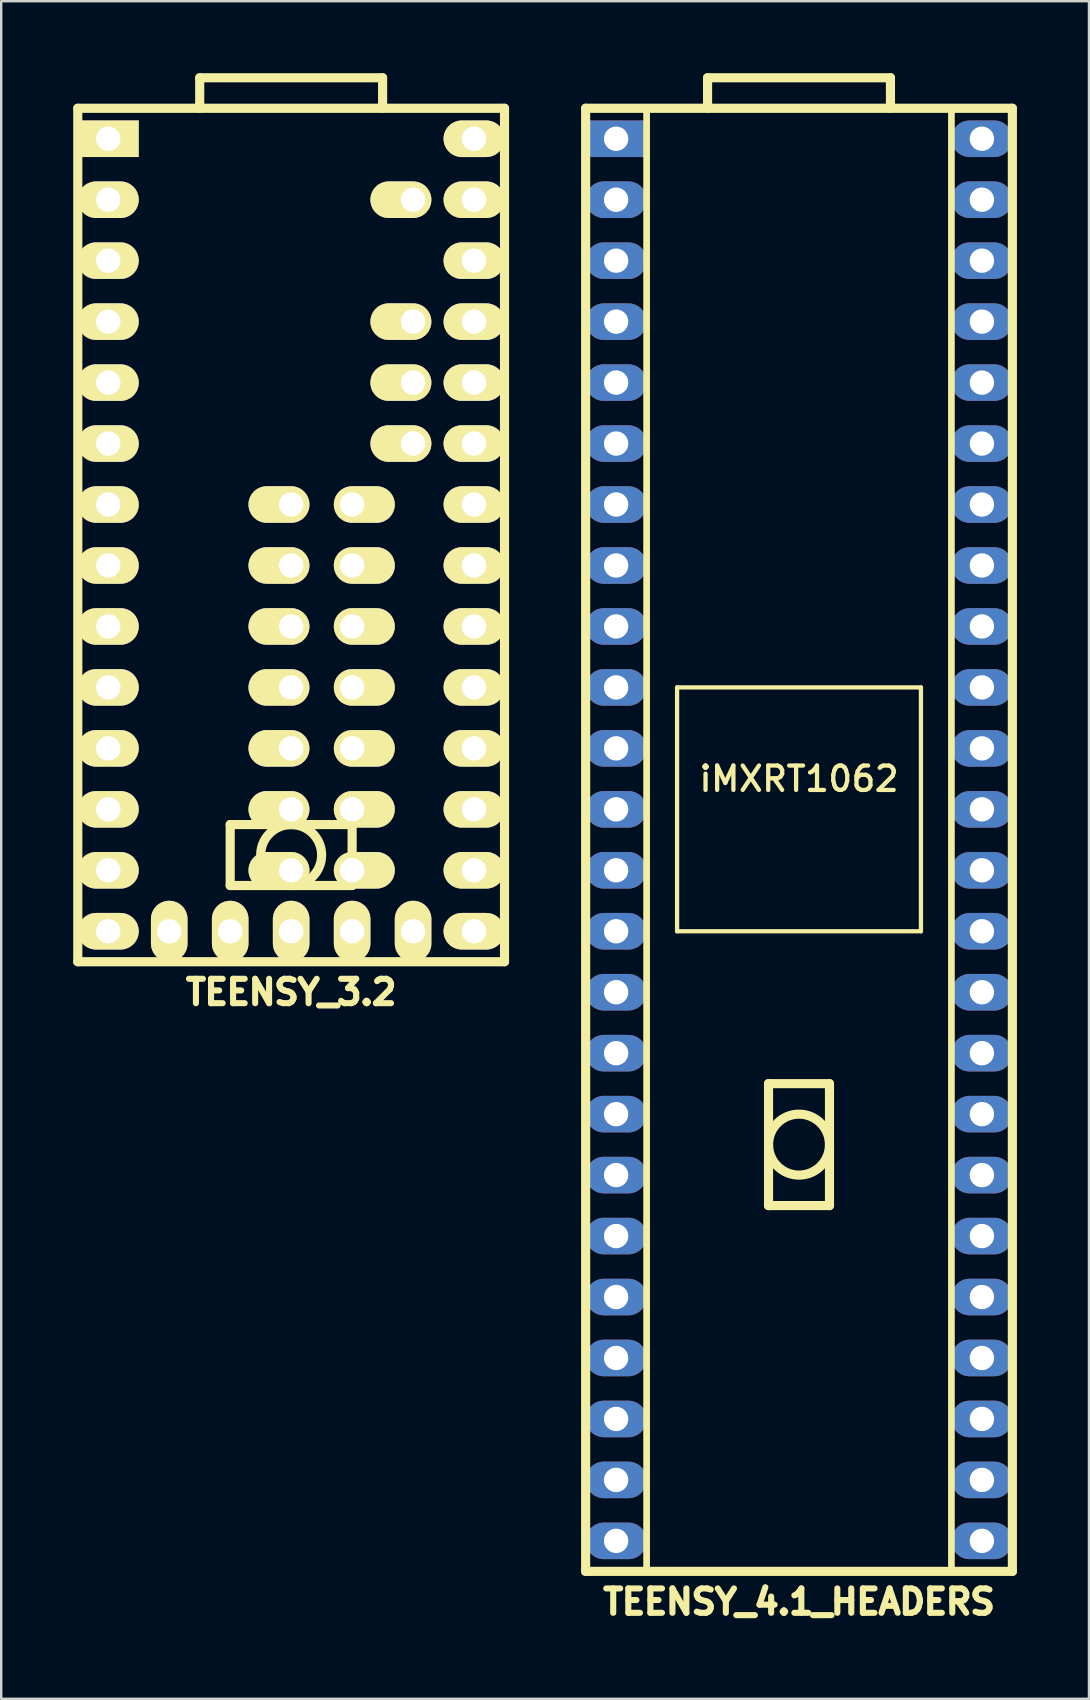
<source format=kicad_pcb>
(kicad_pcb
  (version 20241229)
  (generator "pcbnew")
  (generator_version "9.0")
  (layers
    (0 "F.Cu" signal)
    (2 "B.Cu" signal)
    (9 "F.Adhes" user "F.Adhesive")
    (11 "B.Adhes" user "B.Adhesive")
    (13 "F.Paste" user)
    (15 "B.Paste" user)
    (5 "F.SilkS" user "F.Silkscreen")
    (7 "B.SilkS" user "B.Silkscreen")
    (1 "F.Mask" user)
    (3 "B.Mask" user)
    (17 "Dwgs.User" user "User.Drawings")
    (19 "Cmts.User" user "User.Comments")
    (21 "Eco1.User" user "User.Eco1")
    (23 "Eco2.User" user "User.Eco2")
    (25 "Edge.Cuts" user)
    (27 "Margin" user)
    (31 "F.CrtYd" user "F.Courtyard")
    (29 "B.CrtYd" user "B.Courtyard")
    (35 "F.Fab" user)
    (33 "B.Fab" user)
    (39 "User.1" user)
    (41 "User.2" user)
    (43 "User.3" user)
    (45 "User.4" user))
  (footprint "TEENSY_4.1_HEADERS"
    (layer "F.Cu")
    (at 30.241 19.241)
    (property "Reference" "TEENSY_4.1_HEADERS" (at 0 44.45 0) (layer "F.SilkS") (effects (font (size 1.016 1.016) (thickness 0.254))))
    (attr through_hole)
    (fp_line (start -8.89 -17.78) (end -8.89 43.18) (stroke (width 0.381) (type solid)) (layer "F.SilkS"))
    (fp_line (start -8.89 43.18) (end 8.89 43.18) (stroke (width 0.381) (type solid)) (layer "F.SilkS"))
    (fp_line (start -6.35 -17.78) (end -6.35 43.18) (stroke (width 0.279) (type solid)) (layer "F.SilkS"))
    (fp_line (start -5.08 6.35) (end -5.08 16.51) (stroke (width 0.178) (type solid)) (layer "F.SilkS"))
    (fp_line (start -5.08 16.51) (end 5.08 16.51) (stroke (width 0.178) (type solid)) (layer "F.SilkS"))
    (fp_line (start -3.81 -19.05) (end 3.81 -19.05) (stroke (width 0.381) (type solid)) (layer "F.SilkS"))
    (fp_line (start -3.81 -17.78) (end -3.81 -19.05) (stroke (width 0.381) (type solid)) (layer "F.SilkS"))
    (fp_line (start -1.27 22.86) (end -1.27 27.94) (stroke (width 0.381) (type solid)) (layer "F.SilkS"))
    (fp_line (start -1.27 27.94) (end 1.27 27.94) (stroke (width 0.381) (type solid)) (layer "F.SilkS"))
    (fp_line (start 1.27 22.86) (end -1.27 22.86) (stroke (width 0.381) (type solid)) (layer "F.SilkS"))
    (fp_line (start 1.27 27.94) (end 1.27 22.86) (stroke (width 0.381) (type solid)) (layer "F.SilkS"))
    (fp_line (start 3.81 -19.05) (end 3.81 -17.78) (stroke (width 0.381) (type solid)) (layer "F.SilkS"))
    (fp_line (start 5.08 6.35) (end -5.08 6.35) (stroke (width 0.178) (type solid)) (layer "F.SilkS"))
    (fp_line (start 5.08 16.51) (end 5.08 6.35) (stroke (width 0.178) (type solid)) (layer "F.SilkS"))
    (fp_line (start 6.35 -17.78) (end 6.35 43.18) (stroke (width 0.279) (type solid)) (layer "F.SilkS"))
    (fp_line (start 8.89 -17.78) (end -8.89 -17.78) (stroke (width 0.381) (type solid)) (layer "F.SilkS"))
    (fp_line (start 8.89 43.18) (end 8.89 -17.78) (stroke (width 0.381) (type solid)) (layer "F.SilkS"))
    (fp_circle (center 0 25.4) (end -1.27 25.4) (stroke (width 0.381) (type solid)) (fill no) (layer "F.SilkS"))
    (fp_text user "iMXRT1062" (at 0 10.16 0) (layer "F.SilkS") (effects (font (size 1.016 1.016) (thickness 0.178))))
    (pad "" thru_hole oval (at 7.62 -13.97) (size 2.54 1.524) (drill 1.016) (layers "*.Cu" "*.Mask"))
    (pad "" thru_hole oval (at 7.62 19.05) (size 2.54 1.524) (drill 1.016) (layers "*.Cu" "*.Mask"))
    (pad "0" thru_hole oval (at -7.62 -13.97) (size 2.54 1.524) (drill 1.016) (layers "*.Cu" "*.Mask"))
    (pad "1" thru_hole oval (at -7.62 -11.43) (size 2.54 1.524) (drill 1.016) (layers "*.Cu" "*.Mask"))
    (pad "2" thru_hole oval (at -7.62 -8.89) (size 2.54 1.524) (drill 1.016) (layers "*.Cu" "*.Mask"))
    (pad "3" thru_hole oval (at -7.62 -6.35) (size 2.54 1.524) (drill 1.016) (layers "*.Cu" "*.Mask"))
    (pad "3V3" thru_hole oval (at -7.62 19.05) (size 2.54 1.524) (drill 1.016) (layers "*.Cu" "*.Mask"))
    (pad "3V3" thru_hole oval (at 7.62 -11.43) (size 2.54 1.524) (drill 1.016) (layers "*.Cu" "*.Mask"))
    (pad "4" thru_hole oval (at -7.62 -3.81) (size 2.54 1.524) (drill 1.016) (layers "*.Cu" "*.Mask"))
    (pad "5" thru_hole oval (at -7.62 -1.27) (size 2.54 1.524) (drill 1.016) (layers "*.Cu" "*.Mask"))
    (pad "6" thru_hole oval (at -7.62 1.27) (size 2.54 1.524) (drill 1.016) (layers "*.Cu" "*.Mask"))
    (pad "7" thru_hole oval (at -7.62 3.81) (size 2.54 1.524) (drill 1.016) (layers "*.Cu" "*.Mask"))
    (pad "8" thru_hole oval (at -7.62 6.35) (size 2.54 1.524) (drill 1.016) (layers "*.Cu" "*.Mask"))
    (pad "9" thru_hole oval (at -7.62 8.89) (size 2.54 1.524) (drill 1.016) (layers "*.Cu" "*.Mask"))
    (pad "10" thru_hole oval (at -7.62 11.43) (size 2.54 1.524) (drill 1.016) (layers "*.Cu" "*.Mask"))
    (pad "11" thru_hole oval (at -7.62 13.97) (size 2.54 1.524) (drill 1.016) (layers "*.Cu" "*.Mask"))
    (pad "12" thru_hole oval (at -7.62 16.51) (size 2.54 1.524) (drill 1.016) (layers "*.Cu" "*.Mask"))
    (pad "13" thru_hole oval (at 7.62 16.51) (size 2.54 1.524) (drill 1.016) (layers "*.Cu" "*.Mask"))
    (pad "14" thru_hole oval (at 7.62 13.97) (size 2.54 1.524) (drill 1.016) (layers "*.Cu" "*.Mask"))
    (pad "15" thru_hole oval (at 7.62 11.43) (size 2.54 1.524) (drill 1.016) (layers "*.Cu" "*.Mask"))
    (pad "16" thru_hole oval (at 7.62 8.89) (size 2.54 1.524) (drill 1.016) (layers "*.Cu" "*.Mask"))
    (pad "17" thru_hole oval (at 7.62 6.35) (size 2.54 1.524) (drill 1.016) (layers "*.Cu" "*.Mask"))
    (pad "18" thru_hole oval (at 7.62 3.81) (size 2.54 1.524) (drill 1.016) (layers "*.Cu" "*.Mask"))
    (pad "19" thru_hole oval (at 7.62 1.27) (size 2.54 1.524) (drill 1.016) (layers "*.Cu" "*.Mask"))
    (pad "20" thru_hole oval (at 7.62 -1.27) (size 2.54 1.524) (drill 1.016) (layers "*.Cu" "*.Mask"))
    (pad "21" thru_hole oval (at 7.62 -3.81) (size 2.54 1.524) (drill 1.016) (layers "*.Cu" "*.Mask"))
    (pad "22" thru_hole oval (at 7.62 -6.35) (size 2.54 1.524) (drill 1.016) (layers "*.Cu" "*.Mask"))
    (pad "23" thru_hole oval (at 7.62 -8.89) (size 2.54 1.524) (drill 1.016) (layers "*.Cu" "*.Mask"))
    (pad "24" thru_hole oval (at -7.62 21.59) (size 2.54 1.524) (drill 1.016) (layers "*.Cu" "*.Mask"))
    (pad "25" thru_hole oval (at -7.62 24.13) (size 2.54 1.524) (drill 1.016) (layers "*.Cu" "*.Mask"))
    (pad "26" thru_hole oval (at -7.62 26.67) (size 2.54 1.524) (drill 1.016) (layers "*.Cu" "*.Mask"))
    (pad "27" thru_hole oval (at -7.62 29.21) (size 2.54 1.524) (drill 1.016) (layers "*.Cu" "*.Mask"))
    (pad "28" thru_hole oval (at -7.62 31.75) (size 2.54 1.524) (drill 1.016) (layers "*.Cu" "*.Mask"))
    (pad "29" thru_hole oval (at -7.62 34.29) (size 2.54 1.524) (drill 1.016) (layers "*.Cu" "*.Mask"))
    (pad "30" thru_hole oval (at -7.62 36.83) (size 2.54 1.524) (drill 1.016) (layers "*.Cu" "*.Mask"))
    (pad "31" thru_hole oval (at -7.62 39.37) (size 2.54 1.524) (drill 1.016) (layers "*.Cu" "*.Mask"))
    (pad "32" thru_hole oval (at -7.62 41.91) (size 2.54 1.524) (drill 1.016) (layers "*.Cu" "*.Mask"))
    (pad "33" thru_hole oval (at 7.62 41.91) (size 2.54 1.524) (drill 1.016) (layers "*.Cu" "*.Mask"))
    (pad "34" thru_hole oval (at 7.62 39.37) (size 2.54 1.524) (drill 1.016) (layers "*.Cu" "*.Mask"))
    (pad "35" thru_hole oval (at 7.62 36.83) (size 2.54 1.524) (drill 1.016) (layers "*.Cu" "*.Mask"))
    (pad "36" thru_hole oval (at 7.62 34.29) (size 2.54 1.524) (drill 1.016) (layers "*.Cu" "*.Mask"))
    (pad "37" thru_hole oval (at 7.62 31.75) (size 2.54 1.524) (drill 1.016) (layers "*.Cu" "*.Mask"))
    (pad "38" thru_hole oval (at 7.62 29.21) (size 2.54 1.524) (drill 1.016) (layers "*.Cu" "*.Mask"))
    (pad "39" thru_hole oval (at 7.62 26.67) (size 2.54 1.524) (drill 1.016) (layers "*.Cu" "*.Mask"))
    (pad "40" thru_hole oval (at 7.62 24.13) (size 2.54 1.524) (drill 1.016) (layers "*.Cu" "*.Mask"))
    (pad "41" thru_hole oval (at 7.62 21.59) (size 2.54 1.524) (drill 1.016) (layers "*.Cu" "*.Mask"))
    (pad "GND" thru_hole rect (at -7.62 -16.51) (size 2.54 1.524) (drill 1.016) (layers "*.Cu" "*.Mask"))
    (pad "V_IN" thru_hole oval (at 7.62 -16.51) (size 2.54 1.524) (drill 1.016) (layers "*.Cu" "*.Mask")))
  (footprint "TEENSY_3.2"
    (layer "F.Cu")
    (at 9.081 19.241)
    (property "Reference" "TEENSY_3.2" (at 0 19.05 0) (layer "F.SilkS") (effects (font (size 1.016 1.016) (thickness 0.254))))
    (attr through_hole)
    (fp_line (start -8.89 -17.78) (end -8.89 17.78) (stroke (width 0.381) (type solid)) (layer "F.SilkS"))
    (fp_line (start -8.89 17.78) (end 8.89 17.78) (stroke (width 0.381) (type solid)) (layer "F.SilkS"))
    (fp_line (start -3.81 -19.05) (end 3.81 -19.05) (stroke (width 0.381) (type solid)) (layer "F.SilkS"))
    (fp_line (start -3.81 -17.78) (end -3.81 -19.05) (stroke (width 0.381) (type solid)) (layer "F.SilkS"))
    (fp_line (start -2.54 12.065) (end -2.54 14.605) (stroke (width 0.381) (type solid)) (layer "F.SilkS"))
    (fp_line (start -2.54 14.605) (end 2.54 14.605) (stroke (width 0.381) (type solid)) (layer "F.SilkS"))
    (fp_line (start 2.54 12.065) (end -2.54 12.065) (stroke (width 0.381) (type solid)) (layer "F.SilkS"))
    (fp_line (start 2.54 14.605) (end 2.54 12.065) (stroke (width 0.381) (type solid)) (layer "F.SilkS"))
    (fp_line (start 3.81 -19.05) (end 3.81 -17.78) (stroke (width 0.381) (type solid)) (layer "F.SilkS"))
    (fp_line (start 8.89 -17.78) (end -8.89 -17.78) (stroke (width 0.381) (type solid)) (layer "F.SilkS"))
    (fp_line (start 8.89 17.78) (end 8.89 -17.78) (stroke (width 0.381) (type solid)) (layer "F.SilkS"))
    (fp_circle (center 0 13.335) (end 0 12.065) (stroke (width 0.381) (type solid)) (fill no) (layer "F.SilkS"))
    (pad "" thru_hole oval (at -5.08 16.51) (size 1.524 2.54) (drill 1.016) (layers "*.Cu" "*.Mask" "F.SilkS"))
    (pad "" thru_hole oval (at -2.54 16.51) (size 1.524 2.54) (drill 1.016) (layers "*.Cu" "*.Mask" "F.SilkS"))
    (pad "" thru_hole oval (at 0 1.27) (size 2.54 1.524) (drill 1.016 (offset -0.508 0)) (layers "*.Cu" "*.Mask" "F.SilkS"))
    (pad "" thru_hole oval (at 0 16.51) (size 1.524 2.54) (drill 1.016) (layers "*.Cu" "*.Mask" "F.SilkS"))
    (pad "" thru_hole oval (at 2.54 1.27) (size 2.54 1.524) (drill 1.016 (offset 0.508 0)) (layers "*.Cu" "*.Mask" "F.SilkS"))
    (pad "0" thru_hole oval (at -7.62 -13.97) (size 2.54 1.524) (drill 1.016) (layers "*.Cu" "*.Mask" "F.SilkS"))
    (pad "1" thru_hole oval (at -7.62 -11.43) (size 2.54 1.524) (drill 1.016) (layers "*.Cu" "*.Mask" "F.SilkS"))
    (pad "2" thru_hole oval (at -7.62 -8.89) (size 2.54 1.524) (drill 1.016) (layers "*.Cu" "*.Mask" "F.SilkS"))
    (pad "3" thru_hole oval (at -7.62 -6.35) (size 2.54 1.524) (drill 1.016) (layers "*.Cu" "*.Mask" "F.SilkS"))
    (pad "3V3" thru_hole oval (at 7.62 -11.43) (size 2.54 1.524) (drill 1.016) (layers "*.Cu" "*.Mask" "F.SilkS"))
    (pad "4" thru_hole oval (at -7.62 -3.81) (size 2.54 1.524) (drill 1.016) (layers "*.Cu" "*.Mask" "F.SilkS"))
    (pad "5" thru_hole oval (at -7.62 -1.27) (size 2.54 1.524) (drill 1.016) (layers "*.Cu" "*.Mask" "F.SilkS"))
    (pad "6" thru_hole oval (at -7.62 1.27) (size 2.54 1.524) (drill 1.016) (layers "*.Cu" "*.Mask" "F.SilkS"))
    (pad "7" thru_hole oval (at -7.62 3.81) (size 2.54 1.524) (drill 1.016) (layers "*.Cu" "*.Mask" "F.SilkS"))
    (pad "8" thru_hole oval (at -7.62 6.35) (size 2.54 1.524) (drill 1.016) (layers "*.Cu" "*.Mask" "F.SilkS"))
    (pad "9" thru_hole oval (at -7.62 8.89) (size 2.54 1.524) (drill 1.016) (layers "*.Cu" "*.Mask" "F.SilkS"))
    (pad "10" thru_hole oval (at -7.62 11.43) (size 2.54 1.524) (drill 1.016) (layers "*.Cu" "*.Mask" "F.SilkS"))
    (pad "11" thru_hole oval (at -7.62 13.97) (size 2.54 1.524) (drill 1.016) (layers "*.Cu" "*.Mask" "F.SilkS"))
    (pad "12" thru_hole oval (at -7.62 16.51) (size 2.54 1.524) (drill 1.016) (layers "*.Cu" "*.Mask" "F.SilkS"))
    (pad "13" thru_hole oval (at 7.62 16.51) (size 2.54 1.524) (drill 1.016) (layers "*.Cu" "*.Mask" "F.SilkS"))
    (pad "14" thru_hole oval (at 7.62 13.97) (size 2.54 1.524) (drill 1.016) (layers "*.Cu" "*.Mask" "F.SilkS"))
    (pad "15" thru_hole oval (at 7.62 11.43) (size 2.54 1.524) (drill 1.016) (layers "*.Cu" "*.Mask" "F.SilkS"))
    (pad "16" thru_hole oval (at 7.62 8.89) (size 2.54 1.524) (drill 1.016) (layers "*.Cu" "*.Mask" "F.SilkS"))
    (pad "17" thru_hole oval (at 7.62 6.35) (size 2.54 1.524) (drill 1.016) (layers "*.Cu" "*.Mask" "F.SilkS"))
    (pad "18" thru_hole oval (at 7.62 3.81) (size 2.54 1.524) (drill 1.016) (layers "*.Cu" "*.Mask" "F.SilkS"))
    (pad "19" thru_hole oval (at 7.62 1.27) (size 2.54 1.524) (drill 1.016) (layers "*.Cu" "*.Mask" "F.SilkS"))
    (pad "20" thru_hole oval (at 7.62 -1.27) (size 2.54 1.524) (drill 1.016) (layers "*.Cu" "*.Mask" "F.SilkS"))
    (pad "21" thru_hole oval (at 7.62 -3.81) (size 2.54 1.524) (drill 1.016) (layers "*.Cu" "*.Mask" "F.SilkS"))
    (pad "22" thru_hole oval (at 7.62 -6.35) (size 2.54 1.524) (drill 1.016) (layers "*.Cu" "*.Mask" "F.SilkS"))
    (pad "23" thru_hole oval (at 7.62 -8.89) (size 2.54 1.524) (drill 1.016) (layers "*.Cu" "*.Mask" "F.SilkS"))
    (pad "24" thru_hole oval (at 0 3.81) (size 2.54 1.524) (drill 1.016 (offset -0.508 0)) (layers "*.Cu" "*.Mask" "F.SilkS"))
    (pad "25" thru_hole oval (at 0 6.35) (size 2.54 1.524) (drill 1.016 (offset -0.508 0)) (layers "*.Cu" "*.Mask" "F.SilkS"))
    (pad "26" thru_hole oval (at 0 8.89) (size 2.54 1.524) (drill 1.016 (offset -0.508 0)) (layers "*.Cu" "*.Mask" "F.SilkS"))
    (pad "27" thru_hole oval (at 0 11.43) (size 2.54 1.524) (drill 1.016 (offset -0.508 0)) (layers "*.Cu" "*.Mask" "F.SilkS"))
    (pad "28" thru_hole oval (at 0 13.97) (size 2.54 1.524) (drill 1.016 (offset -0.508 0)) (layers "*.Cu" "*.Mask" "F.SilkS"))
    (pad "29" thru_hole oval (at 2.54 13.97) (size 2.54 1.524) (drill 1.016 (offset 0.508 0)) (layers "*.Cu" "*.Mask" "F.SilkS"))
    (pad "30" thru_hole oval (at 2.54 11.43) (size 2.54 1.524) (drill 1.016 (offset 0.508 0)) (layers "*.Cu" "*.Mask" "F.SilkS"))
    (pad "31" thru_hole oval (at 2.54 8.89) (size 2.54 1.524) (drill 1.016 (offset 0.508 0)) (layers "*.Cu" "*.Mask" "F.SilkS"))
    (pad "32" thru_hole oval (at 2.54 6.35) (size 2.54 1.524) (drill 1.016 (offset 0.508 0)) (layers "*.Cu" "*.Mask" "F.SilkS"))
    (pad "33" thru_hole oval (at 2.54 3.81) (size 2.54 1.524) (drill 1.016 (offset 0.508 0)) (layers "*.Cu" "*.Mask" "F.SilkS"))
    (pad "A10" thru_hole oval (at 5.08 -6.35) (size 2.54 1.524) (drill 1.016 (offset -0.508 0)) (layers "*.Cu" "*.Mask" "F.SilkS"))
    (pad "A11" thru_hole oval (at 5.08 -3.81) (size 2.54 1.524) (drill 1.016 (offset -0.508 0)) (layers "*.Cu" "*.Mask" "F.SilkS"))
    (pad "A12" thru_hole oval (at 0 -1.27) (size 2.54 1.524) (drill 1.016 (offset -0.508 0)) (layers "*.Cu" "*.Mask" "F.SilkS"))
    (pad "A13" thru_hole oval (at 2.54 -1.27) (size 2.54 1.524) (drill 1.016 (offset 0.508 0)) (layers "*.Cu" "*.Mask" "F.SilkS"))
    (pad "AGND" thru_hole oval (at 7.62 -13.97) (size 2.54 1.524) (drill 1.016) (layers "*.Cu" "*.Mask" "F.SilkS"))
    (pad "AREF" thru_hole oval (at 5.08 -8.89) (size 2.54 1.524) (drill 1.016 (offset -0.508 0)) (layers "*.Cu" "*.Mask" "F.SilkS"))
    (pad "DAC" thru_hole oval (at 5.08 16.51) (size 1.524 2.54) (drill 1.016) (layers "*.Cu" "*.Mask" "F.SilkS"))
    (pad "GND" thru_hole rect (at -7.62 -16.51) (size 2.54 1.524) (drill 1.016) (layers "*.Cu" "*.Mask" "F.SilkS"))
    (pad "PROG" thru_hole oval (at 2.54 16.51) (size 1.524 2.54) (drill 1.016) (layers "*.Cu" "*.Mask" "F.SilkS"))
    (pad "V_IN" thru_hole oval (at 7.62 -16.51) (size 2.54 1.524) (drill 1.016) (layers "*.Cu" "*.Mask" "F.SilkS"))
    (pad "V_U" thru_hole oval (at 5.08 -13.97) (size 2.54 1.524) (drill 1.016 (offset -0.508 0)) (layers "*.Cu" "*.Mask" "F.SilkS")))
  (gr_rect
    (start -3 -3)
    (end 42.322 67.731)
    (stroke (width 0.1) (type default))
    (fill no)
    (layer "Edge.Cuts")))
</source>
